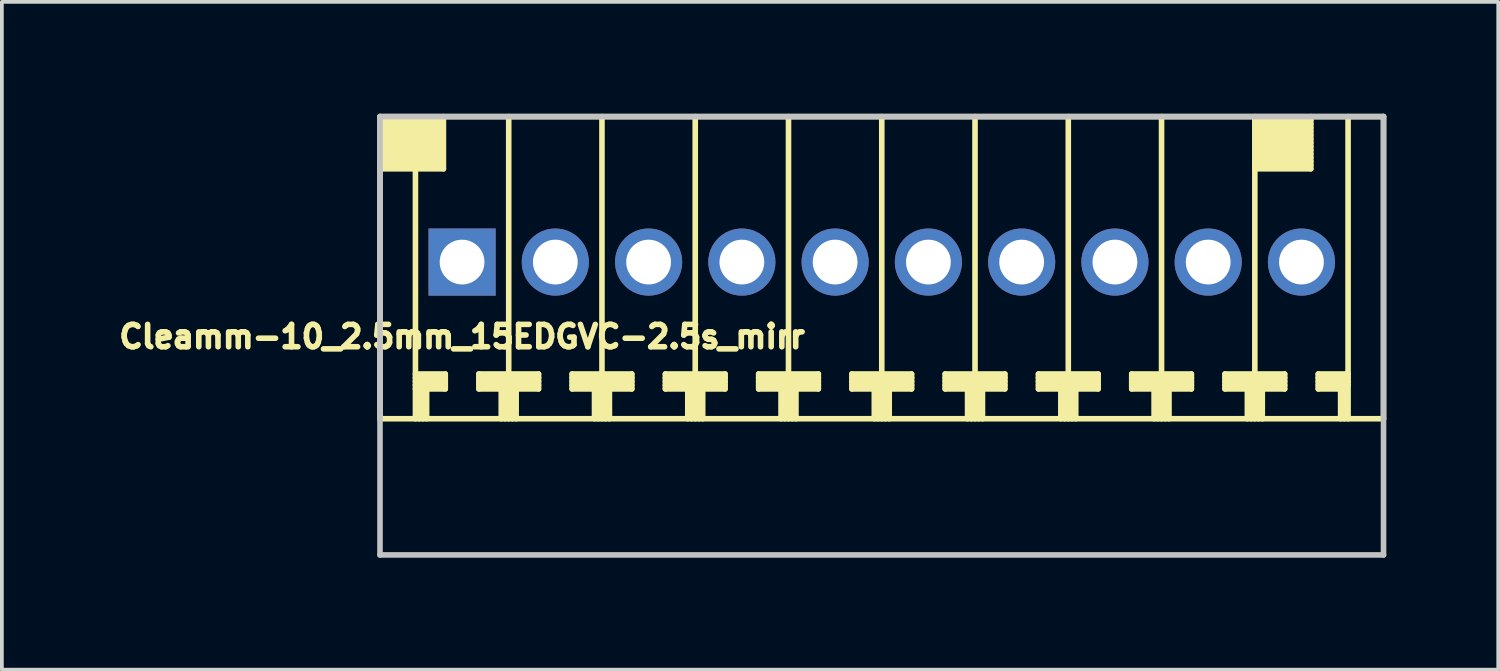
<source format=kicad_pcb>
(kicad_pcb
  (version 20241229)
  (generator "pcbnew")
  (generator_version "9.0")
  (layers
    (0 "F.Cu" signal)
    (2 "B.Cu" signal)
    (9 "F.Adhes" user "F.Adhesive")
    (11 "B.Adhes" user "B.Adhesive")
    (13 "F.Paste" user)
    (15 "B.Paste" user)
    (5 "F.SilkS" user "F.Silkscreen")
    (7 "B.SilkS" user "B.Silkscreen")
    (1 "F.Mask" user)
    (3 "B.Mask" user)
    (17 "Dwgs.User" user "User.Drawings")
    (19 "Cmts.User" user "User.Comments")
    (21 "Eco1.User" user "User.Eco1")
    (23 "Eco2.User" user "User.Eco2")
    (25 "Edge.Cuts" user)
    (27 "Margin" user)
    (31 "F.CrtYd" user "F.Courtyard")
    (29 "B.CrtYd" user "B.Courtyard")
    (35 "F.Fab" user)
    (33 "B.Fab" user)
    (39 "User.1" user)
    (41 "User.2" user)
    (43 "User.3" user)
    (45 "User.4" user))
  (footprint "Cleamm-10_2.5mm_15EDGVC-2.5s_mirr"
    (layer "F.Cu")
    (at 20.586 3.975)
    (property "Reference" "Cleamm-10_2.5mm_15EDGVC-2.5s_mirr" (at -11.25 2 0) (layer "F.SilkS") (effects (font (size 0.6 0.6) (thickness 0.15))))
    (attr through_hole)
    (fp_line (start -13.45 -3.9) (end -13.45 4.2) (stroke (width 0.15) (type solid)) (layer "F.SilkS"))
    (fp_line (start -13.45 -2.5) (end -11.75 -2.5) (stroke (width 0.15) (type solid)) (layer "F.SilkS"))
    (fp_line (start -13.4 -3.7) (end -11.8 -3.7) (stroke (width 0.15) (type solid)) (layer "F.SilkS"))
    (fp_line (start -13.4 -3.5) (end -11.8 -3.5) (stroke (width 0.15) (type solid)) (layer "F.SilkS"))
    (fp_line (start -13.4 -3.3) (end -11.8 -3.3) (stroke (width 0.15) (type solid)) (layer "F.SilkS"))
    (fp_line (start -13.4 -3.1) (end -11.8 -3.1) (stroke (width 0.15) (type solid)) (layer "F.SilkS"))
    (fp_line (start -13.4 -2.9) (end -11.8 -2.9) (stroke (width 0.15) (type solid)) (layer "F.SilkS"))
    (fp_line (start -13.4 -2.7) (end -11.8 -2.7) (stroke (width 0.15) (type solid)) (layer "F.SilkS"))
    (fp_line (start -12.5 -2.5) (end -12.5 4.2) (stroke (width 0.15) (type solid)) (layer "F.SilkS"))
    (fp_line (start -12.5 3.2) (end -11.7 3.2) (stroke (width 0.15) (type solid)) (layer "F.SilkS"))
    (fp_line (start -12.5 3.3) (end -11.7 3.3) (stroke (width 0.15) (type solid)) (layer "F.SilkS"))
    (fp_line (start -12.5 3.4) (end -11.7 3.4) (stroke (width 0.15) (type solid)) (layer "F.SilkS"))
    (fp_line (start -12.4 4.2) (end -12.4 3.4) (stroke (width 0.15) (type solid)) (layer "F.SilkS"))
    (fp_line (start -12.3 3.4) (end -12.3 4.2) (stroke (width 0.15) (type solid)) (layer "F.SilkS"))
    (fp_line (start -12.2 4.2) (end -12.2 3.4) (stroke (width 0.15) (type solid)) (layer "F.SilkS"))
    (fp_line (start -11.8 -3.8) (end -13.4 -3.8) (stroke (width 0.15) (type solid)) (layer "F.SilkS"))
    (fp_line (start -11.8 -3.6) (end -13.4 -3.6) (stroke (width 0.15) (type solid)) (layer "F.SilkS"))
    (fp_line (start -11.8 -3.4) (end -13.4 -3.4) (stroke (width 0.15) (type solid)) (layer "F.SilkS"))
    (fp_line (start -11.8 -3.2) (end -13.4 -3.2) (stroke (width 0.15) (type solid)) (layer "F.SilkS"))
    (fp_line (start -11.8 -3) (end -13.4 -3) (stroke (width 0.15) (type solid)) (layer "F.SilkS"))
    (fp_line (start -11.8 -2.8) (end -13.4 -2.8) (stroke (width 0.15) (type solid)) (layer "F.SilkS"))
    (fp_line (start -11.8 -2.6) (end -13.4 -2.6) (stroke (width 0.15) (type solid)) (layer "F.SilkS"))
    (fp_line (start -11.75 -2.5) (end -11.75 -3.9) (stroke (width 0.15) (type solid)) (layer "F.SilkS"))
    (fp_line (start -11.7 3) (end -12.5 3) (stroke (width 0.15) (type solid)) (layer "F.SilkS"))
    (fp_line (start -11.7 3.1) (end -12.5 3.1) (stroke (width 0.15) (type solid)) (layer "F.SilkS"))
    (fp_line (start -11.7 3.4) (end -11.7 3) (stroke (width 0.15) (type solid)) (layer "F.SilkS"))
    (fp_line (start -10.8 3) (end -10.8 3.4) (stroke (width 0.15) (type solid)) (layer "F.SilkS"))
    (fp_line (start -10.8 3.2) (end -9.2 3.2) (stroke (width 0.15) (type solid)) (layer "F.SilkS"))
    (fp_line (start -10.8 3.4) (end -10.2 3.4) (stroke (width 0.15) (type solid)) (layer "F.SilkS"))
    (fp_line (start -10.2 4.2) (end -10.2 3.4) (stroke (width 0.15) (type solid)) (layer "F.SilkS"))
    (fp_line (start -10.1 4.2) (end -10.1 3.4) (stroke (width 0.15) (type solid)) (layer "F.SilkS"))
    (fp_line (start -10 4.2) (end -10 -3.9) (stroke (width 0.15) (type solid)) (layer "F.SilkS"))
    (fp_line (start -9.9 4.2) (end -9.9 3.4) (stroke (width 0.15) (type solid)) (layer "F.SilkS"))
    (fp_line (start -9.8 3.4) (end -9.2 3.4) (stroke (width 0.15) (type solid)) (layer "F.SilkS"))
    (fp_line (start -9.8 4.2) (end -9.8 3.4) (stroke (width 0.15) (type solid)) (layer "F.SilkS"))
    (fp_line (start -9.2 3) (end -10.8 3) (stroke (width 0.15) (type solid)) (layer "F.SilkS"))
    (fp_line (start -9.2 3.1) (end -10.8 3.1) (stroke (width 0.15) (type solid)) (layer "F.SilkS"))
    (fp_line (start -9.2 3.3) (end -10.8 3.3) (stroke (width 0.15) (type solid)) (layer "F.SilkS"))
    (fp_line (start -9.2 3.4) (end -9.2 3) (stroke (width 0.15) (type solid)) (layer "F.SilkS"))
    (fp_line (start -8.3 3) (end -8.3 3.4) (stroke (width 0.15) (type solid)) (layer "F.SilkS"))
    (fp_line (start -8.3 3.2) (end -6.7 3.2) (stroke (width 0.15) (type solid)) (layer "F.SilkS"))
    (fp_line (start -8.3 3.4) (end -7.7 3.4) (stroke (width 0.15) (type solid)) (layer "F.SilkS"))
    (fp_line (start -7.7 4.2) (end -7.7 3.4) (stroke (width 0.15) (type solid)) (layer "F.SilkS"))
    (fp_line (start -7.6 4.2) (end -7.6 3.4) (stroke (width 0.15) (type solid)) (layer "F.SilkS"))
    (fp_line (start -7.5 -3.9) (end -7.5 4.2) (stroke (width 0.15) (type solid)) (layer "F.SilkS"))
    (fp_line (start -7.4 4.2) (end -7.4 3.4) (stroke (width 0.15) (type solid)) (layer "F.SilkS"))
    (fp_line (start -7.3 3.4) (end -6.7 3.4) (stroke (width 0.15) (type solid)) (layer "F.SilkS"))
    (fp_line (start -7.3 4.2) (end -7.3 3.4) (stroke (width 0.15) (type solid)) (layer "F.SilkS"))
    (fp_line (start -6.7 3) (end -8.3 3) (stroke (width 0.15) (type solid)) (layer "F.SilkS"))
    (fp_line (start -6.7 3.1) (end -8.3 3.1) (stroke (width 0.15) (type solid)) (layer "F.SilkS"))
    (fp_line (start -6.7 3.3) (end -8.3 3.3) (stroke (width 0.15) (type solid)) (layer "F.SilkS"))
    (fp_line (start -6.7 3.4) (end -6.7 3) (stroke (width 0.15) (type solid)) (layer "F.SilkS"))
    (fp_line (start -5.8 3) (end -5.8 3.4) (stroke (width 0.15) (type solid)) (layer "F.SilkS"))
    (fp_line (start -5.8 3.2) (end -4.2 3.2) (stroke (width 0.15) (type solid)) (layer "F.SilkS"))
    (fp_line (start -5.8 3.4) (end -5.2 3.4) (stroke (width 0.15) (type solid)) (layer "F.SilkS"))
    (fp_line (start -5.2 4.2) (end -5.2 3.4) (stroke (width 0.15) (type solid)) (layer "F.SilkS"))
    (fp_line (start -5.1 4.2) (end -5.1 3.4) (stroke (width 0.15) (type solid)) (layer "F.SilkS"))
    (fp_line (start -5 -3.9) (end -5 4.2) (stroke (width 0.15) (type solid)) (layer "F.SilkS"))
    (fp_line (start -4.9 4.2) (end -4.9 3.4) (stroke (width 0.15) (type solid)) (layer "F.SilkS"))
    (fp_line (start -4.8 3.4) (end -4.2 3.4) (stroke (width 0.15) (type solid)) (layer "F.SilkS"))
    (fp_line (start -4.8 4.2) (end -4.8 3.4) (stroke (width 0.15) (type solid)) (layer "F.SilkS"))
    (fp_line (start -4.2 3) (end -5.8 3) (stroke (width 0.15) (type solid)) (layer "F.SilkS"))
    (fp_line (start -4.2 3.1) (end -5.8 3.1) (stroke (width 0.15) (type solid)) (layer "F.SilkS"))
    (fp_line (start -4.2 3.3) (end -5.8 3.3) (stroke (width 0.15) (type solid)) (layer "F.SilkS"))
    (fp_line (start -4.2 3.4) (end -4.2 3) (stroke (width 0.15) (type solid)) (layer "F.SilkS"))
    (fp_line (start -3.3 3) (end -3.3 3.4) (stroke (width 0.15) (type solid)) (layer "F.SilkS"))
    (fp_line (start -3.3 3.2) (end -1.7 3.2) (stroke (width 0.15) (type solid)) (layer "F.SilkS"))
    (fp_line (start -3.3 3.4) (end -2.7 3.4) (stroke (width 0.15) (type solid)) (layer "F.SilkS"))
    (fp_line (start -2.7 4.2) (end -2.7 3.4) (stroke (width 0.15) (type solid)) (layer "F.SilkS"))
    (fp_line (start -2.6 4.2) (end -2.6 3.4) (stroke (width 0.15) (type solid)) (layer "F.SilkS"))
    (fp_line (start -2.5 4.2) (end -2.5 -3.9) (stroke (width 0.15) (type solid)) (layer "F.SilkS"))
    (fp_line (start -2.4 4.2) (end -2.4 3.4) (stroke (width 0.15) (type solid)) (layer "F.SilkS"))
    (fp_line (start -2.3 3.4) (end -1.7 3.4) (stroke (width 0.15) (type solid)) (layer "F.SilkS"))
    (fp_line (start -2.3 4.2) (end -2.3 3.4) (stroke (width 0.15) (type solid)) (layer "F.SilkS"))
    (fp_line (start -1.7 3) (end -3.3 3) (stroke (width 0.15) (type solid)) (layer "F.SilkS"))
    (fp_line (start -1.7 3.1) (end -3.3 3.1) (stroke (width 0.15) (type solid)) (layer "F.SilkS"))
    (fp_line (start -1.7 3.3) (end -3.3 3.3) (stroke (width 0.15) (type solid)) (layer "F.SilkS"))
    (fp_line (start -1.7 3.4) (end -1.7 3) (stroke (width 0.15) (type solid)) (layer "F.SilkS"))
    (fp_line (start -0.8 3) (end -0.8 3.4) (stroke (width 0.15) (type solid)) (layer "F.SilkS"))
    (fp_line (start -0.8 3.2) (end 0.8 3.2) (stroke (width 0.15) (type solid)) (layer "F.SilkS"))
    (fp_line (start -0.8 3.4) (end -0.2 3.4) (stroke (width 0.15) (type solid)) (layer "F.SilkS"))
    (fp_line (start -0.2 4.2) (end -0.2 3.4) (stroke (width 0.15) (type solid)) (layer "F.SilkS"))
    (fp_line (start -0.1 4.2) (end -0.1 3.4) (stroke (width 0.15) (type solid)) (layer "F.SilkS"))
    (fp_line (start 0 4.2) (end 0 -3.9) (stroke (width 0.15) (type solid)) (layer "F.SilkS"))
    (fp_line (start 0.1 4.2) (end 0.1 3.4) (stroke (width 0.15) (type solid)) (layer "F.SilkS"))
    (fp_line (start 0.2 3.4) (end 0.8 3.4) (stroke (width 0.15) (type solid)) (layer "F.SilkS"))
    (fp_line (start 0.2 4.2) (end 0.2 3.4) (stroke (width 0.15) (type solid)) (layer "F.SilkS"))
    (fp_line (start 0.8 3) (end -0.8 3) (stroke (width 0.15) (type solid)) (layer "F.SilkS"))
    (fp_line (start 0.8 3.1) (end -0.8 3.1) (stroke (width 0.15) (type solid)) (layer "F.SilkS"))
    (fp_line (start 0.8 3.3) (end -0.8 3.3) (stroke (width 0.15) (type solid)) (layer "F.SilkS"))
    (fp_line (start 0.8 3.4) (end 0.8 3) (stroke (width 0.15) (type solid)) (layer "F.SilkS"))
    (fp_line (start 1.7 3) (end 1.7 3.4) (stroke (width 0.15) (type solid)) (layer "F.SilkS"))
    (fp_line (start 1.7 3.2) (end 3.3 3.2) (stroke (width 0.15) (type solid)) (layer "F.SilkS"))
    (fp_line (start 1.7 3.4) (end 2.3 3.4) (stroke (width 0.15) (type solid)) (layer "F.SilkS"))
    (fp_line (start 2.3 4.2) (end 2.3 3.4) (stroke (width 0.15) (type solid)) (layer "F.SilkS"))
    (fp_line (start 2.4 4.2) (end 2.4 3.4) (stroke (width 0.15) (type solid)) (layer "F.SilkS"))
    (fp_line (start 2.5 4.2) (end 2.5 -3.9) (stroke (width 0.15) (type solid)) (layer "F.SilkS"))
    (fp_line (start 2.6 4.2) (end 2.6 3.4) (stroke (width 0.15) (type solid)) (layer "F.SilkS"))
    (fp_line (start 2.7 3.4) (end 3.3 3.4) (stroke (width 0.15) (type solid)) (layer "F.SilkS"))
    (fp_line (start 2.7 4.2) (end 2.7 3.4) (stroke (width 0.15) (type solid)) (layer "F.SilkS"))
    (fp_line (start 3.3 3) (end 1.7 3) (stroke (width 0.15) (type solid)) (layer "F.SilkS"))
    (fp_line (start 3.3 3.1) (end 1.7 3.1) (stroke (width 0.15) (type solid)) (layer "F.SilkS"))
    (fp_line (start 3.3 3.3) (end 1.7 3.3) (stroke (width 0.15) (type solid)) (layer "F.SilkS"))
    (fp_line (start 3.3 3.4) (end 3.3 3) (stroke (width 0.15) (type solid)) (layer "F.SilkS"))
    (fp_line (start 4.2 3) (end 4.2 3.4) (stroke (width 0.15) (type solid)) (layer "F.SilkS"))
    (fp_line (start 4.2 3.2) (end 5.8 3.2) (stroke (width 0.15) (type solid)) (layer "F.SilkS"))
    (fp_line (start 4.2 3.4) (end 4.8 3.4) (stroke (width 0.15) (type solid)) (layer "F.SilkS"))
    (fp_line (start 4.8 4.2) (end 4.8 3.4) (stroke (width 0.15) (type solid)) (layer "F.SilkS"))
    (fp_line (start 4.9 4.2) (end 4.9 3.4) (stroke (width 0.15) (type solid)) (layer "F.SilkS"))
    (fp_line (start 5 4.2) (end 5 -3.9) (stroke (width 0.15) (type solid)) (layer "F.SilkS"))
    (fp_line (start 5.1 4.2) (end 5.1 3.4) (stroke (width 0.15) (type solid)) (layer "F.SilkS"))
    (fp_line (start 5.2 3.4) (end 5.8 3.4) (stroke (width 0.15) (type solid)) (layer "F.SilkS"))
    (fp_line (start 5.2 4.2) (end 5.2 3.4) (stroke (width 0.15) (type solid)) (layer "F.SilkS"))
    (fp_line (start 5.8 3) (end 4.2 3) (stroke (width 0.15) (type solid)) (layer "F.SilkS"))
    (fp_line (start 5.8 3.1) (end 4.2 3.1) (stroke (width 0.15) (type solid)) (layer "F.SilkS"))
    (fp_line (start 5.8 3.3) (end 4.2 3.3) (stroke (width 0.15) (type solid)) (layer "F.SilkS"))
    (fp_line (start 5.8 3.4) (end 5.8 3) (stroke (width 0.15) (type solid)) (layer "F.SilkS"))
    (fp_line (start 6.7 3) (end 6.7 3.4) (stroke (width 0.15) (type solid)) (layer "F.SilkS"))
    (fp_line (start 6.7 3.2) (end 8.3 3.2) (stroke (width 0.15) (type solid)) (layer "F.SilkS"))
    (fp_line (start 6.7 3.4) (end 7.3 3.4) (stroke (width 0.15) (type solid)) (layer "F.SilkS"))
    (fp_line (start 7.3 4.2) (end 7.3 3.4) (stroke (width 0.15) (type solid)) (layer "F.SilkS"))
    (fp_line (start 7.4 4.2) (end 7.4 3.4) (stroke (width 0.15) (type solid)) (layer "F.SilkS"))
    (fp_line (start 7.5 4.2) (end 7.5 -3.9) (stroke (width 0.15) (type solid)) (layer "F.SilkS"))
    (fp_line (start 7.6 4.2) (end 7.6 3.4) (stroke (width 0.15) (type solid)) (layer "F.SilkS"))
    (fp_line (start 7.7 3.4) (end 8.3 3.4) (stroke (width 0.15) (type solid)) (layer "F.SilkS"))
    (fp_line (start 7.7 4.2) (end 7.7 3.4) (stroke (width 0.15) (type solid)) (layer "F.SilkS"))
    (fp_line (start 8.3 3) (end 6.7 3) (stroke (width 0.15) (type solid)) (layer "F.SilkS"))
    (fp_line (start 8.3 3.1) (end 6.7 3.1) (stroke (width 0.15) (type solid)) (layer "F.SilkS"))
    (fp_line (start 8.3 3.3) (end 6.7 3.3) (stroke (width 0.15) (type solid)) (layer "F.SilkS"))
    (fp_line (start 8.3 3.4) (end 8.3 3) (stroke (width 0.15) (type solid)) (layer "F.SilkS"))
    (fp_line (start 9.2 3) (end 9.2 3.4) (stroke (width 0.15) (type solid)) (layer "F.SilkS"))
    (fp_line (start 9.2 3.2) (end 10.8 3.2) (stroke (width 0.15) (type solid)) (layer "F.SilkS"))
    (fp_line (start 9.2 3.4) (end 9.8 3.4) (stroke (width 0.15) (type solid)) (layer "F.SilkS"))
    (fp_line (start 9.8 4.2) (end 9.8 3.4) (stroke (width 0.15) (type solid)) (layer "F.SilkS"))
    (fp_line (start 9.9 4.2) (end 9.9 3.4) (stroke (width 0.15) (type solid)) (layer "F.SilkS"))
    (fp_line (start 10 -3.8) (end 11.5 -3.8) (stroke (width 0.15) (type solid)) (layer "F.SilkS"))
    (fp_line (start 10 -3.6) (end 11.5 -3.6) (stroke (width 0.15) (type solid)) (layer "F.SilkS"))
    (fp_line (start 10 -3.4) (end 11.5 -3.4) (stroke (width 0.15) (type solid)) (layer "F.SilkS"))
    (fp_line (start 10 -3.2) (end 11.5 -3.2) (stroke (width 0.15) (type solid)) (layer "F.SilkS"))
    (fp_line (start 10 -3) (end 11.5 -3) (stroke (width 0.15) (type solid)) (layer "F.SilkS"))
    (fp_line (start 10 -2.8) (end 11.5 -2.8) (stroke (width 0.15) (type solid)) (layer "F.SilkS"))
    (fp_line (start 10 -2.6) (end 11.5 -2.6) (stroke (width 0.15) (type solid)) (layer "F.SilkS"))
    (fp_line (start 10 4.2) (end 10 -3.9) (stroke (width 0.15) (type solid)) (layer "F.SilkS"))
    (fp_line (start 10.1 4.2) (end 10.1 3.4) (stroke (width 0.15) (type solid)) (layer "F.SilkS"))
    (fp_line (start 10.2 3.4) (end 10.8 3.4) (stroke (width 0.15) (type solid)) (layer "F.SilkS"))
    (fp_line (start 10.2 4.2) (end 10.2 3.4) (stroke (width 0.15) (type solid)) (layer "F.SilkS"))
    (fp_line (start 10.8 3) (end 9.2 3) (stroke (width 0.15) (type solid)) (layer "F.SilkS"))
    (fp_line (start 10.8 3.1) (end 9.2 3.1) (stroke (width 0.15) (type solid)) (layer "F.SilkS"))
    (fp_line (start 10.8 3.3) (end 9.2 3.3) (stroke (width 0.15) (type solid)) (layer "F.SilkS"))
    (fp_line (start 10.8 3.4) (end 10.8 3) (stroke (width 0.15) (type solid)) (layer "F.SilkS"))
    (fp_line (start 11.5 -3.7) (end 10 -3.7) (stroke (width 0.15) (type solid)) (layer "F.SilkS"))
    (fp_line (start 11.5 -3.5) (end 10 -3.5) (stroke (width 0.15) (type solid)) (layer "F.SilkS"))
    (fp_line (start 11.5 -3.3) (end 10 -3.3) (stroke (width 0.15) (type solid)) (layer "F.SilkS"))
    (fp_line (start 11.5 -3.1) (end 10 -3.1) (stroke (width 0.15) (type solid)) (layer "F.SilkS"))
    (fp_line (start 11.5 -2.9) (end 10 -2.9) (stroke (width 0.15) (type solid)) (layer "F.SilkS"))
    (fp_line (start 11.5 -2.7) (end 10 -2.7) (stroke (width 0.15) (type solid)) (layer "F.SilkS"))
    (fp_line (start 11.5 -2.5) (end 10 -2.5) (stroke (width 0.15) (type solid)) (layer "F.SilkS"))
    (fp_line (start 11.5 -2.5) (end 11.5 -3.9) (stroke (width 0.15) (type solid)) (layer "F.SilkS"))
    (fp_line (start 11.7 3) (end 11.7 3.4) (stroke (width 0.15) (type solid)) (layer "F.SilkS"))
    (fp_line (start 11.7 3) (end 12.5 3) (stroke (width 0.15) (type solid)) (layer "F.SilkS"))
    (fp_line (start 11.7 3.3) (end 12.5 3.3) (stroke (width 0.15) (type solid)) (layer "F.SilkS"))
    (fp_line (start 11.7 3.4) (end 12.3 3.4) (stroke (width 0.15) (type solid)) (layer "F.SilkS"))
    (fp_line (start 12.3 4.2) (end 12.3 3.4) (stroke (width 0.15) (type solid)) (layer "F.SilkS"))
    (fp_line (start 12.4 4.2) (end 12.4 3.4) (stroke (width 0.15) (type solid)) (layer "F.SilkS"))
    (fp_line (start 12.5 3.1) (end 11.7 3.1) (stroke (width 0.15) (type solid)) (layer "F.SilkS"))
    (fp_line (start 12.5 3.2) (end 11.7 3.2) (stroke (width 0.15) (type solid)) (layer "F.SilkS"))
    (fp_line (start 12.5 4.2) (end 12.5 -3.9) (stroke (width 0.15) (type solid)) (layer "F.SilkS"))
    (fp_line (start 13.45 -3.9) (end -13.45 -3.9) (stroke (width 0.15) (type solid)) (layer "F.SilkS"))
    (fp_line (start 13.45 -3.9) (end 13.45 4.2) (stroke (width 0.15) (type solid)) (layer "F.SilkS"))
    (fp_line (start 13.45 4.2) (end -13.45 4.2) (stroke (width 0.15) (type solid)) (layer "F.SilkS"))
    (fp_line (start -13.45 -3.9) (end -13.45 7.85) (stroke (width 0.15) (type solid)) (layer "Dwgs.User"))
    (fp_line (start -13.45 -3.9) (end 13.45 -3.9) (stroke (width 0.15) (type solid)) (layer "Dwgs.User"))
    (fp_line (start 13.45 7.85) (end -13.45 7.85) (stroke (width 0.15) (type solid)) (layer "Dwgs.User"))
    (fp_line (start 13.45 7.85) (end 13.45 -3.9) (stroke (width 0.15) (type solid)) (layer "Dwgs.User"))
    (pad "1" thru_hole rect (at -11.25 0) (size 1.8 1.8) (drill 1.2) (layers "*.Cu" "*.Mask"))
    (pad "2" thru_hole circle (at -8.75 0) (size 1.8 1.8) (drill 1.2) (layers "*.Cu" "*.Mask"))
    (pad "3" thru_hole circle (at -6.25 0) (size 1.8 1.8) (drill 1.2) (layers "*.Cu" "*.Mask"))
    (pad "4" thru_hole circle (at -3.75 0) (size 1.8 1.8) (drill 1.2) (layers "*.Cu" "*.Mask"))
    (pad "5" thru_hole circle (at -1.25 0) (size 1.8 1.8) (drill 1.2) (layers "*.Cu" "*.Mask"))
    (pad "6" thru_hole circle (at 1.25 0) (size 1.8 1.8) (drill 1.2) (layers "*.Cu" "*.Mask"))
    (pad "7" thru_hole circle (at 3.75 0) (size 1.8 1.8) (drill 1.2) (layers "*.Cu" "*.Mask"))
    (pad "8" thru_hole circle (at 6.25 0) (size 1.8 1.8) (drill 1.2) (layers "*.Cu" "*.Mask"))
    (pad "9" thru_hole circle (at 8.75 0) (size 1.8 1.8) (drill 1.2) (layers "*.Cu" "*.Mask"))
    (pad "10" thru_hole circle (at 11.25 0) (size 1.8 1.8) (drill 1.2) (layers "*.Cu" "*.Mask")))
  (gr_rect
    (start -3 -3)
    (end 37.111 14.9)
    (stroke (width 0.1) (type default))
    (fill no)
    (layer "Edge.Cuts")))
</source>
